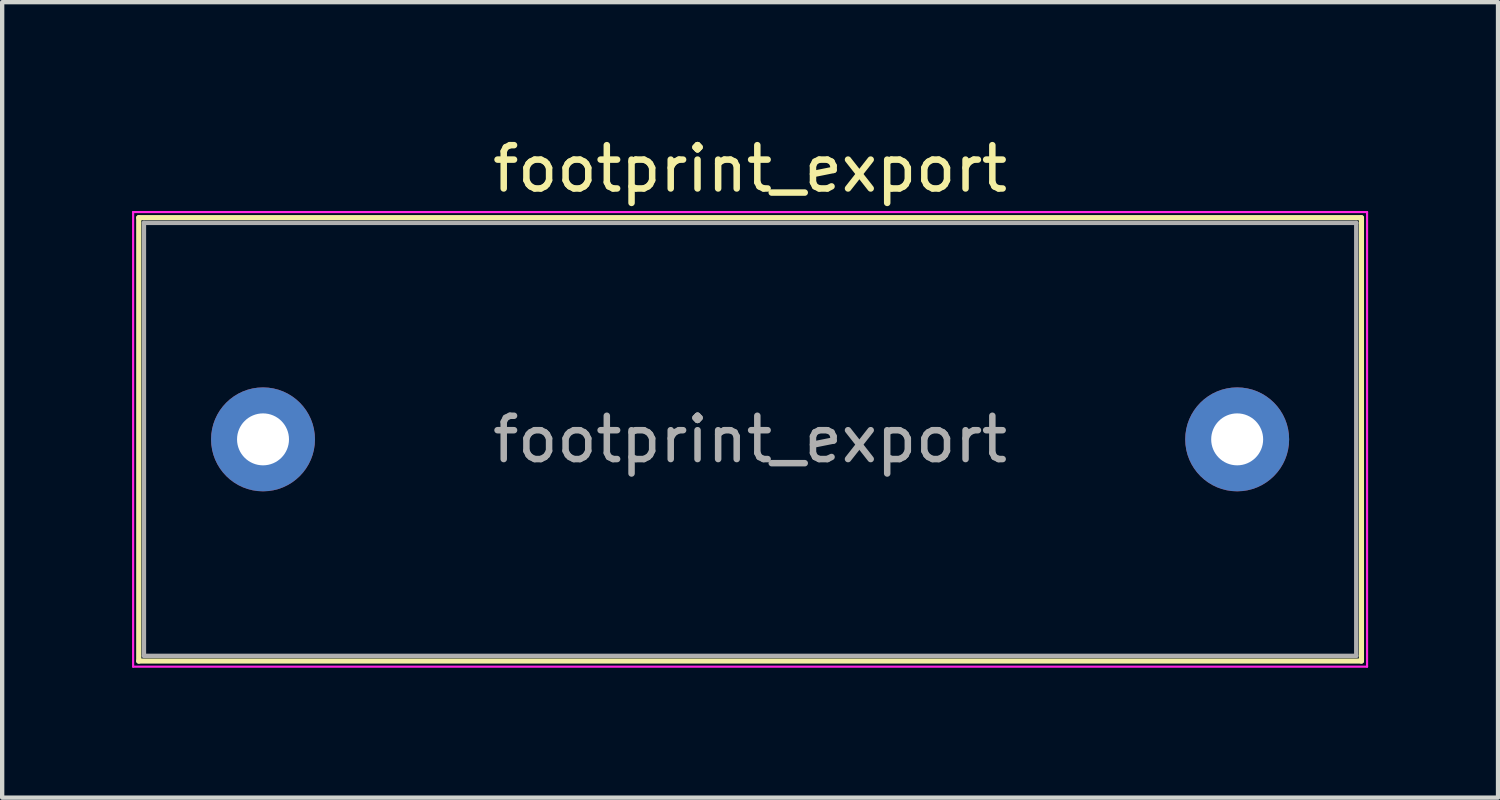
<source format=kicad_pcb>
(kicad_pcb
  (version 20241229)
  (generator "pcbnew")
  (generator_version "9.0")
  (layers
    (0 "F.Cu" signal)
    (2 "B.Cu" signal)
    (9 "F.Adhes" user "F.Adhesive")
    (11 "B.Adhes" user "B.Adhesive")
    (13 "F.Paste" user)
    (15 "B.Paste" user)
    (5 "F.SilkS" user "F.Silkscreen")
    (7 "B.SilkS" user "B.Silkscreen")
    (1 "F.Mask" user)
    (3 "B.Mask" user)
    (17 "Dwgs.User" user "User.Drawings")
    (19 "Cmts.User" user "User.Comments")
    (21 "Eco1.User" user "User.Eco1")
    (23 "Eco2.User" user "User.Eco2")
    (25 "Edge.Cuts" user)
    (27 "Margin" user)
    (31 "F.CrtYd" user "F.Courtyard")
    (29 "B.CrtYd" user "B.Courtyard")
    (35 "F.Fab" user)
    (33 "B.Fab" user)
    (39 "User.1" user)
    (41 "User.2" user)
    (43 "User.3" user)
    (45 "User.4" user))
  (footprint "footprint_export"
    (layer "F.Cu")
    (at 3.025 7.098)
    (property "Reference" "footprint_export" (at 11.25 -6.25 0) (layer "F.SilkS") (effects (font (size 1 1) (thickness 0.15))))
    (attr through_hole)
    (fp_line (start -2.87 -5.12) (end -2.87 5.12) (stroke (width 0.12) (type solid)) (layer "F.SilkS"))
    (fp_line (start -2.87 -5.12) (end 25.37 -5.12) (stroke (width 0.12) (type solid)) (layer "F.SilkS"))
    (fp_line (start -2.87 5.12) (end 25.37 5.12) (stroke (width 0.12) (type solid)) (layer "F.SilkS"))
    (fp_line (start 25.37 -5.12) (end 25.37 5.12) (stroke (width 0.12) (type solid)) (layer "F.SilkS"))
    (fp_line (start -3 -5.25) (end -3 5.25) (stroke (width 0.05) (type solid)) (layer "F.CrtYd"))
    (fp_line (start -3 5.25) (end 25.5 5.25) (stroke (width 0.05) (type solid)) (layer "F.CrtYd"))
    (fp_line (start 25.5 -5.25) (end -3 -5.25) (stroke (width 0.05) (type solid)) (layer "F.CrtYd"))
    (fp_line (start 25.5 5.25) (end 25.5 -5.25) (stroke (width 0.05) (type solid)) (layer "F.CrtYd"))
    (fp_line (start -2.75 -5) (end -2.75 5) (stroke (width 0.1) (type solid)) (layer "F.Fab"))
    (fp_line (start -2.75 5) (end 25.25 5) (stroke (width 0.1) (type solid)) (layer "F.Fab"))
    (fp_line (start 25.25 -5) (end -2.75 -5) (stroke (width 0.1) (type solid)) (layer "F.Fab"))
    (fp_line (start 25.25 5) (end 25.25 -5) (stroke (width 0.1) (type solid)) (layer "F.Fab"))
    (fp_text user "${REFERENCE}" (at 11.25 0 0) (layer "F.Fab") (effects (font (size 1 1) (thickness 0.15))))
    (pad "1" thru_hole circle (at 0 0) (size 2.4 2.4) (drill 1.2) (layers "*.Cu" "*.Mask"))
    (pad "2" thru_hole circle (at 22.5 0) (size 2.4 2.4) (drill 1.2) (layers "*.Cu" "*.Mask")))
  (gr_rect
    (start -3 -3)
    (end 31.55 15.373)
    (stroke (width 0.1) (type default))
    (fill no)
    (layer "Edge.Cuts")))
</source>
